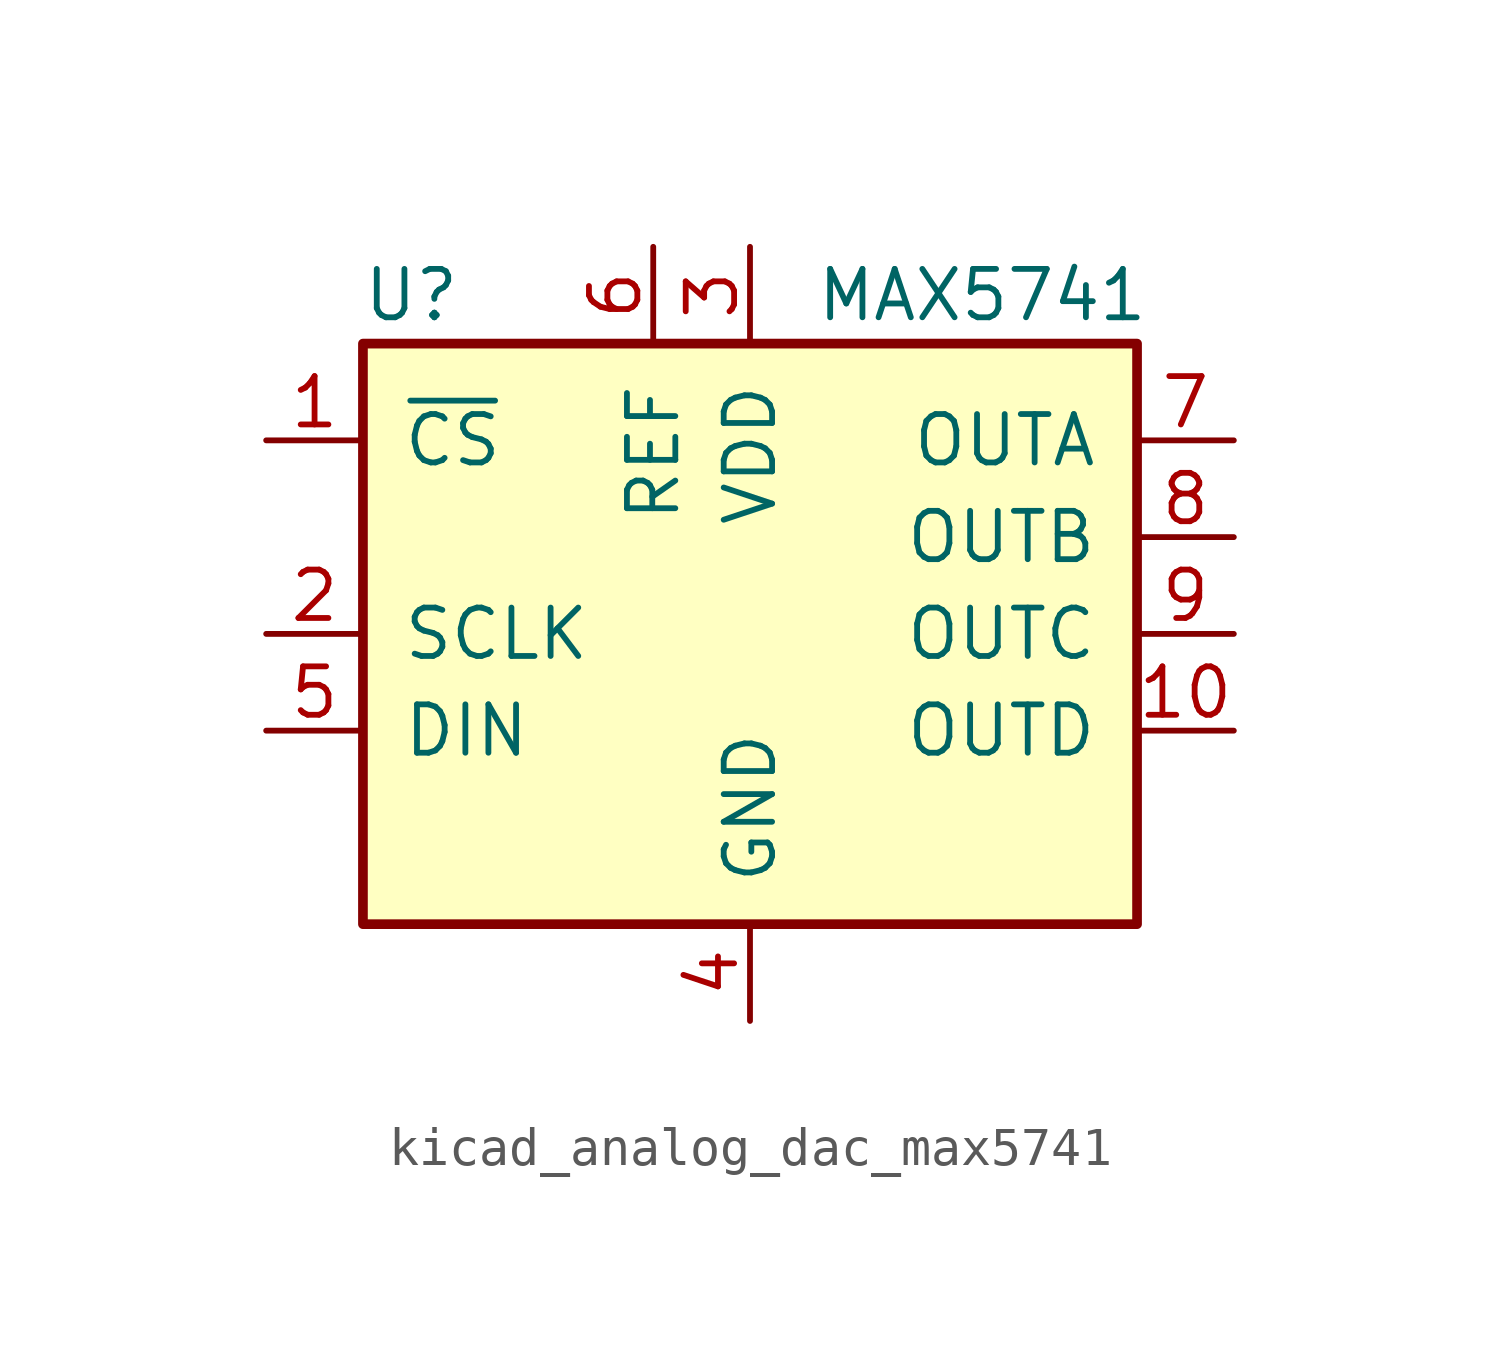
<source format=kicad_sym>
(kicad_symbol_lib
  (version 20220914)
  (generator kicad_symbol_editor)
  (symbol "kicad_analog_dac_max5741"
    (pin_names
      (offset 1.016))
    (property "Reference" "U"
      (at -8.89 8.89 0)
      (effects (font (size 1.27 1.27))))
    (property "Value" "MAX5741"
      (at 6.096 8.89 0)
      (effects (font (size 1.27 1.27))))
    (symbol "kicad_analog_dac_max5741_1_1"
      (rectangle (start -10.16 7.62) (end 10.16 -7.62) (stroke (width 0.254) (type default)) (fill (type background)))
      (pin input line (at -12.7 5.08 0) (length 2.54) (name "~{CS}" (effects (font (size 1.27 1.27)))) (number "1" (effects (font (size 1.27 1.27)))))
      (pin output line (at 12.7 -2.54 180) (length 2.54) (name "OUTD" (effects (font (size 1.27 1.27)))) (number "10" (effects (font (size 1.27 1.27)))))
      (pin input line (at -12.7 0 0) (length 2.54) (name "SCLK" (effects (font (size 1.27 1.27)))) (number "2" (effects (font (size 1.27 1.27)))))
      (pin power_in line (at 0 10.16 270) (length 2.54) (name "VDD" (effects (font (size 1.27 1.27)))) (number "3" (effects (font (size 1.27 1.27)))))
      (pin power_in line (at 0 -10.16 90) (length 2.54) (name "GND" (effects (font (size 1.27 1.27)))) (number "4" (effects (font (size 1.27 1.27)))))
      (pin input line (at -12.7 -2.54 0) (length 2.54) (name "DIN" (effects (font (size 1.27 1.27)))) (number "5" (effects (font (size 1.27 1.27)))))
      (pin power_in line (at -2.54 10.16 270) (length 2.54) (name "REF" (effects (font (size 1.27 1.27)))) (number "6" (effects (font (size 1.27 1.27)))))
      (pin output line (at 12.7 5.08 180) (length 2.54) (name "OUTA" (effects (font (size 1.27 1.27)))) (number "7" (effects (font (size 1.27 1.27)))))
      (pin output line (at 12.7 2.54 180) (length 2.54) (name "OUTB" (effects (font (size 1.27 1.27)))) (number "8" (effects (font (size 1.27 1.27)))))
      (pin output line (at 12.7 0 180) (length 2.54) (name "OUTC" (effects (font (size 1.27 1.27)))) (number "9" (effects (font (size 1.27 1.27))))))))
</source>
